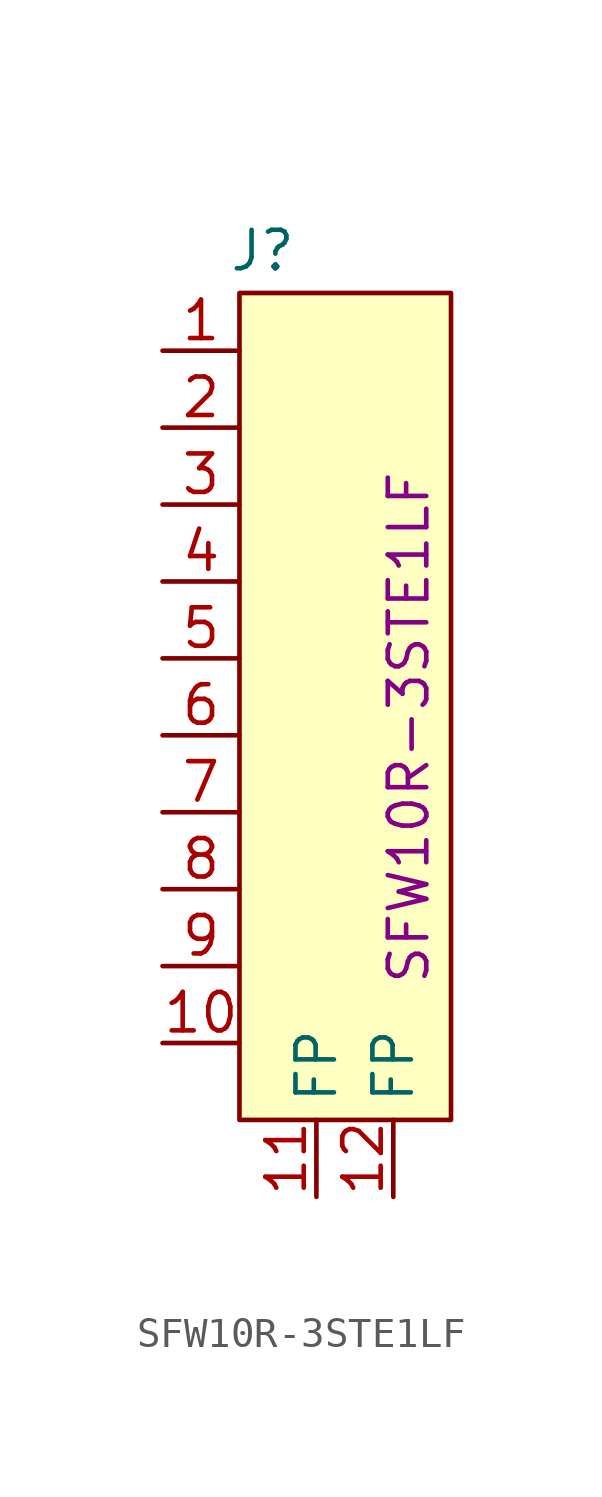
<source format=kicad_sym>
(kicad_symbol_lib
  (version 20241209)
  (generator "kicad_symbol_editor")
  (generator_version "9.0")
  (symbol "SFW10R-3STE1LF"
    (property "Reference" "J"
      (at 3.302 3.302 0)
      (effects (font (size 1.27 1.27))))
    (property "PartNumber" "SFW10R-3STE1LF"
      (at 8.128 -12.446 90)
      (effects (font (size 1.27 1.27))))
    (symbol "SFW10R-3STE1LF_0_0"
      (pin passive line (at 0 0 0) (length 2.54) (name "" (effects (font (size 1.27 1.27)))) (number "1" (effects (font (size 1.27 1.27)))))
      (pin passive line (at 0 -2.54 0) (length 2.54) (name "" (effects (font (size 1.27 1.27)))) (number "2" (effects (font (size 1.27 1.27)))))
      (pin passive line (at 0 -5.08 0) (length 2.54) (name "" (effects (font (size 1.27 1.27)))) (number "3" (effects (font (size 1.27 1.27)))))
      (pin passive line (at 0 -7.62 0) (length 2.54) (name "" (effects (font (size 1.27 1.27)))) (number "4" (effects (font (size 1.27 1.27)))))
      (pin passive line (at 0 -10.16 0) (length 2.54) (name "" (effects (font (size 1.27 1.27)))) (number "5" (effects (font (size 1.27 1.27)))))
      (pin passive line (at 0 -12.7 0) (length 2.54) (name "" (effects (font (size 1.27 1.27)))) (number "6" (effects (font (size 1.27 1.27)))))
      (pin passive line (at 0 -15.24 0) (length 2.54) (name "" (effects (font (size 1.27 1.27)))) (number "7" (effects (font (size 1.27 1.27)))))
      (pin passive line (at 0 -17.78 0) (length 2.54) (name "" (effects (font (size 1.27 1.27)))) (number "8" (effects (font (size 1.27 1.27)))))
      (pin passive line (at 0 -20.32 0) (length 2.54) (name "" (effects (font (size 1.27 1.27)))) (number "9" (effects (font (size 1.27 1.27)))))
      (pin passive line (at 5.08 -27.94 90) (length 2.54) (name "FP" (effects (font (size 1.27 1.27)))) (number "11" (effects (font (size 1.27 1.27))))))
    (symbol "SFW10R-3STE1LF_1_0"
      (pin passive line (at 0 -22.86 0) (length 2.54) (name "" (effects (font (size 1.27 1.27)))) (number "10" (effects (font (size 1.27 1.27)))))
      (pin passive line (at 7.62 -27.94 90) (length 2.54) (name "FP" (effects (font (size 1.27 1.27)))) (number "12" (effects (font (size 1.27 1.27))))))
    (symbol "SFW10R-3STE1LF_1_1"
      (rectangle (start 2.54 1.905) (end 9.525 -25.4) (stroke (width 0) (type default)) (fill (type background))))))
</source>
